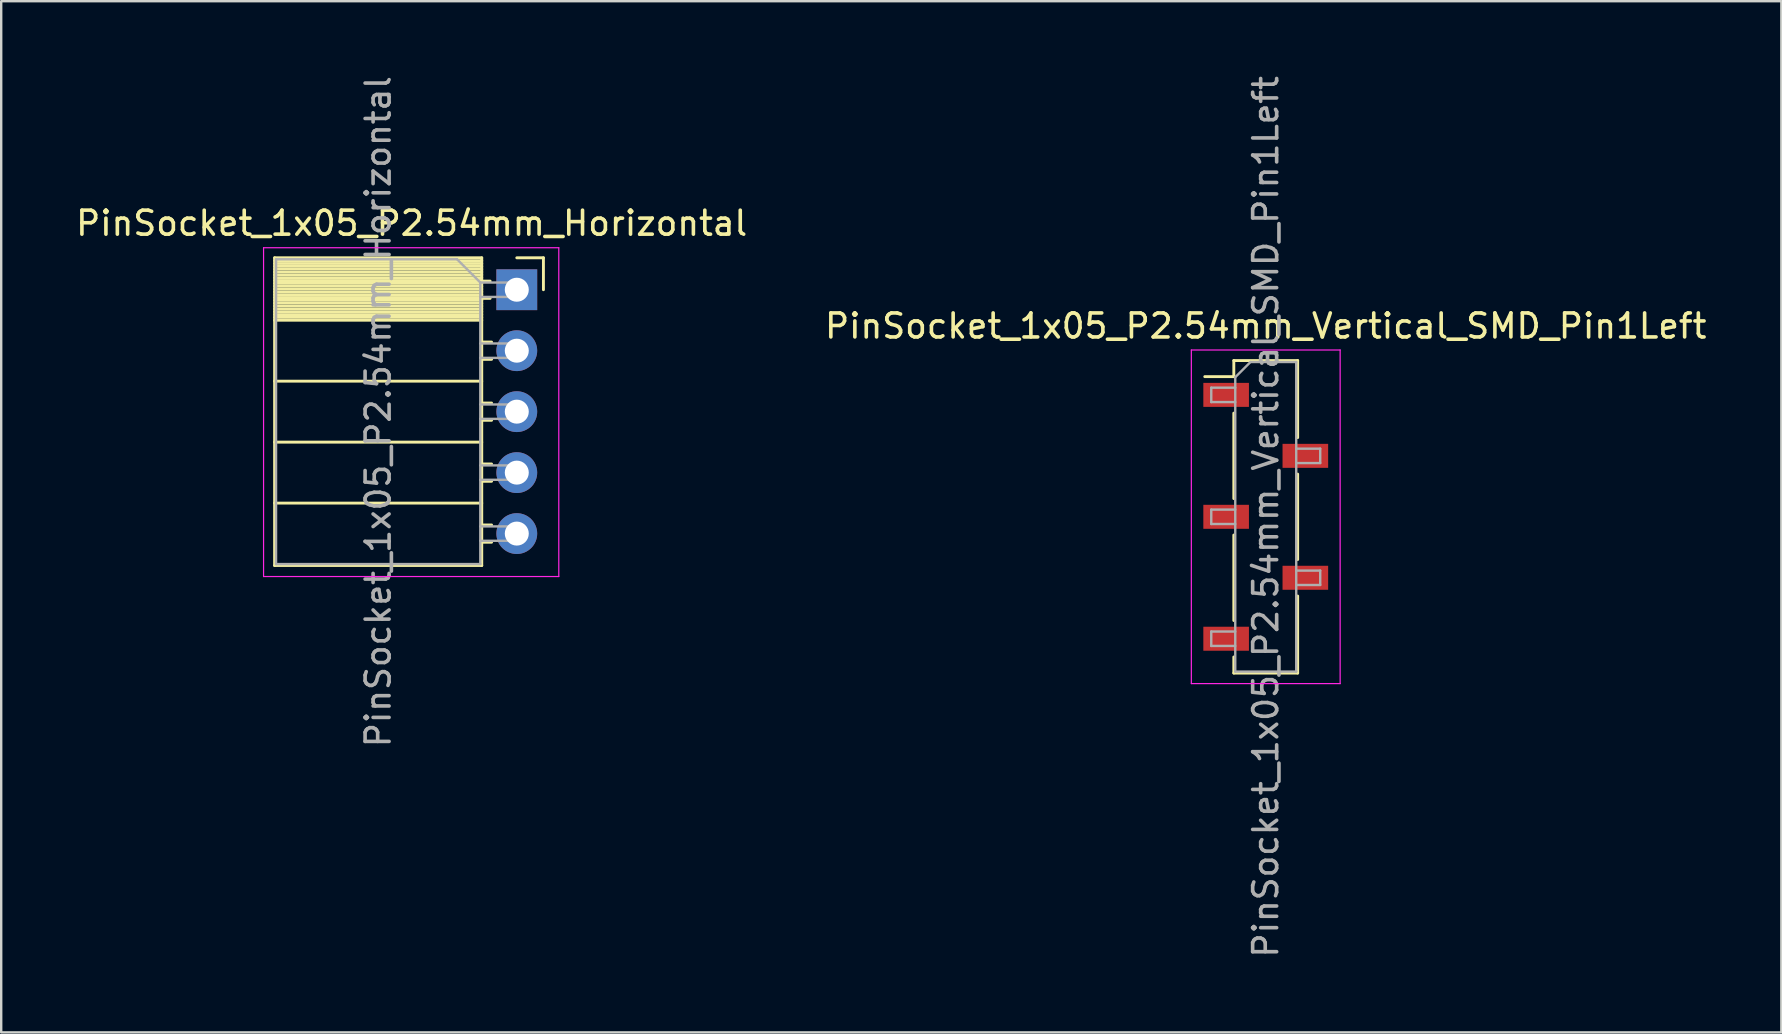
<source format=kicad_pcb>
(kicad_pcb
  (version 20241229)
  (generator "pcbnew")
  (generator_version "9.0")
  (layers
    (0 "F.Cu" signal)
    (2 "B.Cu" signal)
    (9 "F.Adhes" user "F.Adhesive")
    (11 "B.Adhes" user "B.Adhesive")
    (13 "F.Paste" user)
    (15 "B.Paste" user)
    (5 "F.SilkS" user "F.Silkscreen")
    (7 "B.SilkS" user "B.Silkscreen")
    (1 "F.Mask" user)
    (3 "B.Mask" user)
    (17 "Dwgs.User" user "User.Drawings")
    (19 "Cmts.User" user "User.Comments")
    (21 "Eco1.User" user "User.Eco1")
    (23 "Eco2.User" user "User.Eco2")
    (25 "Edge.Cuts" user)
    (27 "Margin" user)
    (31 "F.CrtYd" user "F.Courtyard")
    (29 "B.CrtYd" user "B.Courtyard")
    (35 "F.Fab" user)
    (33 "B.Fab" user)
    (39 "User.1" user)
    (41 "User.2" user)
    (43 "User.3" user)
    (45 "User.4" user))
  (footprint "PinSocket_1x05_P2.54mm_Vertical_SMD_Pin1Left"
    (layer "F.Cu")
    (at 49.685 18.482)
    (property "Reference" "PinSocket_1x05_P2.54mm_Vertical_SMD_Pin1Left" (at 0 -7.95 0) (layer "F.SilkS") (effects (font (size 1 1) (thickness 0.15))))
    (attr smd)
    (fp_line (start -2.54 -5.84) (end -1.33 -5.84) (stroke (width 0.12) (type solid)) (layer "F.SilkS"))
    (fp_line (start -1.33 -6.51) (end -1.33 -5.84) (stroke (width 0.12) (type solid)) (layer "F.SilkS"))
    (fp_line (start -1.33 -6.51) (end 1.33 -6.51) (stroke (width 0.12) (type solid)) (layer "F.SilkS"))
    (fp_line (start -1.33 -4.32) (end -1.33 -0.76) (stroke (width 0.12) (type solid)) (layer "F.SilkS"))
    (fp_line (start -1.33 0.76) (end -1.33 4.32) (stroke (width 0.12) (type solid)) (layer "F.SilkS"))
    (fp_line (start -1.33 5.84) (end -1.33 6.51) (stroke (width 0.12) (type solid)) (layer "F.SilkS"))
    (fp_line (start -1.33 6.51) (end 1.33 6.51) (stroke (width 0.12) (type solid)) (layer "F.SilkS"))
    (fp_line (start 1.33 -6.51) (end 1.33 -3.3) (stroke (width 0.12) (type solid)) (layer "F.SilkS"))
    (fp_line (start 1.33 -1.78) (end 1.33 1.78) (stroke (width 0.12) (type solid)) (layer "F.SilkS"))
    (fp_line (start 1.33 3.3) (end 1.33 6.51) (stroke (width 0.12) (type solid)) (layer "F.SilkS"))
    (fp_line (start -3.1 -6.95) (end 3.1 -6.95) (stroke (width 0.05) (type solid)) (layer "F.CrtYd"))
    (fp_line (start -3.1 6.95) (end -3.1 -6.95) (stroke (width 0.05) (type solid)) (layer "F.CrtYd"))
    (fp_line (start 3.1 -6.95) (end 3.1 6.95) (stroke (width 0.05) (type solid)) (layer "F.CrtYd"))
    (fp_line (start 3.1 6.95) (end -3.1 6.95) (stroke (width 0.05) (type solid)) (layer "F.CrtYd"))
    (fp_line (start -2.27 -5.38) (end -1.27 -5.38) (stroke (width 0.1) (type solid)) (layer "F.Fab"))
    (fp_line (start -2.27 -4.78) (end -2.27 -5.38) (stroke (width 0.1) (type solid)) (layer "F.Fab"))
    (fp_line (start -2.27 -0.3) (end -1.27 -0.3) (stroke (width 0.1) (type solid)) (layer "F.Fab"))
    (fp_line (start -2.27 0.3) (end -2.27 -0.3) (stroke (width 0.1) (type solid)) (layer "F.Fab"))
    (fp_line (start -2.27 4.78) (end -1.27 4.78) (stroke (width 0.1) (type solid)) (layer "F.Fab"))
    (fp_line (start -2.27 5.38) (end -2.27 4.78) (stroke (width 0.1) (type solid)) (layer "F.Fab"))
    (fp_line (start -1.27 -5.815) (end -0.635 -6.45) (stroke (width 0.1) (type solid)) (layer "F.Fab"))
    (fp_line (start -1.27 -4.78) (end -2.27 -4.78) (stroke (width 0.1) (type solid)) (layer "F.Fab"))
    (fp_line (start -1.27 0.3) (end -2.27 0.3) (stroke (width 0.1) (type solid)) (layer "F.Fab"))
    (fp_line (start -1.27 5.38) (end -2.27 5.38) (stroke (width 0.1) (type solid)) (layer "F.Fab"))
    (fp_line (start -1.27 6.45) (end -1.27 -5.815) (stroke (width 0.1) (type solid)) (layer "F.Fab"))
    (fp_line (start -0.635 -6.45) (end 1.27 -6.45) (stroke (width 0.1) (type solid)) (layer "F.Fab"))
    (fp_line (start 1.27 -6.45) (end 1.27 6.45) (stroke (width 0.1) (type solid)) (layer "F.Fab"))
    (fp_line (start 1.27 -2.84) (end 2.27 -2.84) (stroke (width 0.1) (type solid)) (layer "F.Fab"))
    (fp_line (start 1.27 2.24) (end 2.27 2.24) (stroke (width 0.1) (type solid)) (layer "F.Fab"))
    (fp_line (start 1.27 6.45) (end -1.27 6.45) (stroke (width 0.1) (type solid)) (layer "F.Fab"))
    (fp_line (start 2.27 -2.84) (end 2.27 -2.24) (stroke (width 0.1) (type solid)) (layer "F.Fab"))
    (fp_line (start 2.27 -2.24) (end 1.27 -2.24) (stroke (width 0.1) (type solid)) (layer "F.Fab"))
    (fp_line (start 2.27 2.24) (end 2.27 2.84) (stroke (width 0.1) (type solid)) (layer "F.Fab"))
    (fp_line (start 2.27 2.84) (end 1.27 2.84) (stroke (width 0.1) (type solid)) (layer "F.Fab"))
    (fp_text user "${REFERENCE}" (at 0 0 90) (layer "F.Fab") (effects (font (size 1 1) (thickness 0.15))))
    (pad "1" smd rect (at -1.65 -5.08) (size 1.9 1) (layers "F.Cu" "F.Mask" "F.Paste"))
    (pad "2" smd rect (at 1.65 -2.54) (size 1.9 1) (layers "F.Cu" "F.Mask" "F.Paste"))
    (pad "3" smd rect (at -1.65 0) (size 1.9 1) (layers "F.Cu" "F.Mask" "F.Paste"))
    (pad "4" smd rect (at 1.65 2.54) (size 1.9 1) (layers "F.Cu" "F.Mask" "F.Paste"))
    (pad "5" smd rect (at -1.65 5.08) (size 1.9 1) (layers "F.Cu" "F.Mask" "F.Paste")))
  (footprint "PinSocket_1x05_P2.54mm_Horizontal"
    (layer "F.Cu")
    (at 18.481 9.021)
    (property "Reference" "PinSocket_1x05_P2.54mm_Horizontal" (at -4.38 -2.77 0) (layer "F.SilkS") (effects (font (size 1 1) (thickness 0.15))))
    (attr through_hole)
    (fp_line (start -10.09 -1.33) (end -10.09 11.49) (stroke (width 0.12) (type solid)) (layer "F.SilkS"))
    (fp_line (start -10.09 -1.33) (end -1.46 -1.33) (stroke (width 0.12) (type solid)) (layer "F.SilkS"))
    (fp_line (start -10.09 -1.21) (end -1.46 -1.21) (stroke (width 0.12) (type solid)) (layer "F.SilkS"))
    (fp_line (start -10.09 -1.092) (end -1.46 -1.092) (stroke (width 0.12) (type solid)) (layer "F.SilkS"))
    (fp_line (start -10.09 -0.974) (end -1.46 -0.974) (stroke (width 0.12) (type solid)) (layer "F.SilkS"))
    (fp_line (start -10.09 -0.856) (end -1.46 -0.856) (stroke (width 0.12) (type solid)) (layer "F.SilkS"))
    (fp_line (start -10.09 -0.738) (end -1.46 -0.738) (stroke (width 0.12) (type solid)) (layer "F.SilkS"))
    (fp_line (start -10.09 -0.62) (end -1.46 -0.62) (stroke (width 0.12) (type solid)) (layer "F.SilkS"))
    (fp_line (start -10.09 -0.501) (end -1.46 -0.501) (stroke (width 0.12) (type solid)) (layer "F.SilkS"))
    (fp_line (start -10.09 -0.383) (end -1.46 -0.383) (stroke (width 0.12) (type solid)) (layer "F.SilkS"))
    (fp_line (start -10.09 -0.265) (end -1.46 -0.265) (stroke (width 0.12) (type solid)) (layer "F.SilkS"))
    (fp_line (start -10.09 -0.147) (end -1.46 -0.147) (stroke (width 0.12) (type solid)) (layer "F.SilkS"))
    (fp_line (start -10.09 -0.029) (end -1.46 -0.029) (stroke (width 0.12) (type solid)) (layer "F.SilkS"))
    (fp_line (start -10.09 0.089) (end -1.46 0.089) (stroke (width 0.12) (type solid)) (layer "F.SilkS"))
    (fp_line (start -10.09 0.207) (end -1.46 0.207) (stroke (width 0.12) (type solid)) (layer "F.SilkS"))
    (fp_line (start -10.09 0.325) (end -1.46 0.325) (stroke (width 0.12) (type solid)) (layer "F.SilkS"))
    (fp_line (start -10.09 0.443) (end -1.46 0.443) (stroke (width 0.12) (type solid)) (layer "F.SilkS"))
    (fp_line (start -10.09 0.561) (end -1.46 0.561) (stroke (width 0.12) (type solid)) (layer "F.SilkS"))
    (fp_line (start -10.09 0.68) (end -1.46 0.68) (stroke (width 0.12) (type solid)) (layer "F.SilkS"))
    (fp_line (start -10.09 0.798) (end -1.46 0.798) (stroke (width 0.12) (type solid)) (layer "F.SilkS"))
    (fp_line (start -10.09 0.916) (end -1.46 0.916) (stroke (width 0.12) (type solid)) (layer "F.SilkS"))
    (fp_line (start -10.09 1.034) (end -1.46 1.034) (stroke (width 0.12) (type solid)) (layer "F.SilkS"))
    (fp_line (start -10.09 1.152) (end -1.46 1.152) (stroke (width 0.12) (type solid)) (layer "F.SilkS"))
    (fp_line (start -10.09 1.27) (end -1.46 1.27) (stroke (width 0.12) (type solid)) (layer "F.SilkS"))
    (fp_line (start -10.09 3.81) (end -1.46 3.81) (stroke (width 0.12) (type solid)) (layer "F.SilkS"))
    (fp_line (start -10.09 6.35) (end -1.46 6.35) (stroke (width 0.12) (type solid)) (layer "F.SilkS"))
    (fp_line (start -10.09 8.89) (end -1.46 8.89) (stroke (width 0.12) (type solid)) (layer "F.SilkS"))
    (fp_line (start -10.09 11.49) (end -1.46 11.49) (stroke (width 0.12) (type solid)) (layer "F.SilkS"))
    (fp_line (start -1.46 -1.33) (end -1.46 11.49) (stroke (width 0.12) (type solid)) (layer "F.SilkS"))
    (fp_line (start -1.46 -0.36) (end -1.11 -0.36) (stroke (width 0.12) (type solid)) (layer "F.SilkS"))
    (fp_line (start -1.46 0.36) (end -1.11 0.36) (stroke (width 0.12) (type solid)) (layer "F.SilkS"))
    (fp_line (start -1.46 2.18) (end -1.05 2.18) (stroke (width 0.12) (type solid)) (layer "F.SilkS"))
    (fp_line (start -1.46 2.9) (end -1.05 2.9) (stroke (width 0.12) (type solid)) (layer "F.SilkS"))
    (fp_line (start -1.46 4.72) (end -1.05 4.72) (stroke (width 0.12) (type solid)) (layer "F.SilkS"))
    (fp_line (start -1.46 5.44) (end -1.05 5.44) (stroke (width 0.12) (type solid)) (layer "F.SilkS"))
    (fp_line (start -1.46 7.26) (end -1.05 7.26) (stroke (width 0.12) (type solid)) (layer "F.SilkS"))
    (fp_line (start -1.46 7.98) (end -1.05 7.98) (stroke (width 0.12) (type solid)) (layer "F.SilkS"))
    (fp_line (start -1.46 9.8) (end -1.05 9.8) (stroke (width 0.12) (type solid)) (layer "F.SilkS"))
    (fp_line (start -1.46 10.52) (end -1.05 10.52) (stroke (width 0.12) (type solid)) (layer "F.SilkS"))
    (fp_line (start 0 -1.33) (end 1.11 -1.33) (stroke (width 0.12) (type solid)) (layer "F.SilkS"))
    (fp_line (start 1.11 -1.33) (end 1.11 0) (stroke (width 0.12) (type solid)) (layer "F.SilkS"))
    (fp_line (start -10.55 -1.75) (end -10.55 11.95) (stroke (width 0.05) (type solid)) (layer "F.CrtYd"))
    (fp_line (start -10.55 11.95) (end 1.75 11.95) (stroke (width 0.05) (type solid)) (layer "F.CrtYd"))
    (fp_line (start 1.75 -1.75) (end -10.55 -1.75) (stroke (width 0.05) (type solid)) (layer "F.CrtYd"))
    (fp_line (start 1.75 11.95) (end 1.75 -1.75) (stroke (width 0.05) (type solid)) (layer "F.CrtYd"))
    (fp_line (start -10.03 -1.27) (end -2.49 -1.27) (stroke (width 0.1) (type solid)) (layer "F.Fab"))
    (fp_line (start -10.03 11.43) (end -10.03 -1.27) (stroke (width 0.1) (type solid)) (layer "F.Fab"))
    (fp_line (start -2.49 -1.27) (end -1.52 -0.3) (stroke (width 0.1) (type solid)) (layer "F.Fab"))
    (fp_line (start -1.52 -0.3) (end -1.52 11.43) (stroke (width 0.1) (type solid)) (layer "F.Fab"))
    (fp_line (start -1.52 0.3) (end 0 0.3) (stroke (width 0.1) (type solid)) (layer "F.Fab"))
    (fp_line (start -1.52 2.84) (end 0 2.84) (stroke (width 0.1) (type solid)) (layer "F.Fab"))
    (fp_line (start -1.52 5.38) (end 0 5.38) (stroke (width 0.1) (type solid)) (layer "F.Fab"))
    (fp_line (start -1.52 7.92) (end 0 7.92) (stroke (width 0.1) (type solid)) (layer "F.Fab"))
    (fp_line (start -1.52 10.46) (end 0 10.46) (stroke (width 0.1) (type solid)) (layer "F.Fab"))
    (fp_line (start -1.52 11.43) (end -10.03 11.43) (stroke (width 0.1) (type solid)) (layer "F.Fab"))
    (fp_line (start 0 -0.3) (end -1.52 -0.3) (stroke (width 0.1) (type solid)) (layer "F.Fab"))
    (fp_line (start 0 0.3) (end 0 -0.3) (stroke (width 0.1) (type solid)) (layer "F.Fab"))
    (fp_line (start 0 2.24) (end -1.52 2.24) (stroke (width 0.1) (type solid)) (layer "F.Fab"))
    (fp_line (start 0 2.84) (end 0 2.24) (stroke (width 0.1) (type solid)) (layer "F.Fab"))
    (fp_line (start 0 4.78) (end -1.52 4.78) (stroke (width 0.1) (type solid)) (layer "F.Fab"))
    (fp_line (start 0 5.38) (end 0 4.78) (stroke (width 0.1) (type solid)) (layer "F.Fab"))
    (fp_line (start 0 7.32) (end -1.52 7.32) (stroke (width 0.1) (type solid)) (layer "F.Fab"))
    (fp_line (start 0 7.92) (end 0 7.32) (stroke (width 0.1) (type solid)) (layer "F.Fab"))
    (fp_line (start 0 9.86) (end -1.52 9.86) (stroke (width 0.1) (type solid)) (layer "F.Fab"))
    (fp_line (start 0 10.46) (end 0 9.86) (stroke (width 0.1) (type solid)) (layer "F.Fab"))
    (fp_text user "${REFERENCE}" (at -5.775 5.08 90) (layer "F.Fab") (effects (font (size 1 1) (thickness 0.15))))
    (pad "1" thru_hole rect (at 0 0) (size 1.7 1.7) (drill 1) (layers "*.Cu" "*.Mask"))
    (pad "2" thru_hole oval (at 0 2.54) (size 1.7 1.7) (drill 1) (layers "*.Cu" "*.Mask"))
    (pad "3" thru_hole oval (at 0 5.08) (size 1.7 1.7) (drill 1) (layers "*.Cu" "*.Mask"))
    (pad "4" thru_hole oval (at 0 7.62) (size 1.7 1.7) (drill 1) (layers "*.Cu" "*.Mask"))
    (pad "5" thru_hole oval (at 0 10.16) (size 1.7 1.7) (drill 1) (layers "*.Cu" "*.Mask")))
  (gr_rect
    (start -3 -3)
    (end 71.167 39.964)
    (stroke (width 0.1) (type default))
    (fill no)
    (layer "Edge.Cuts")))
</source>
